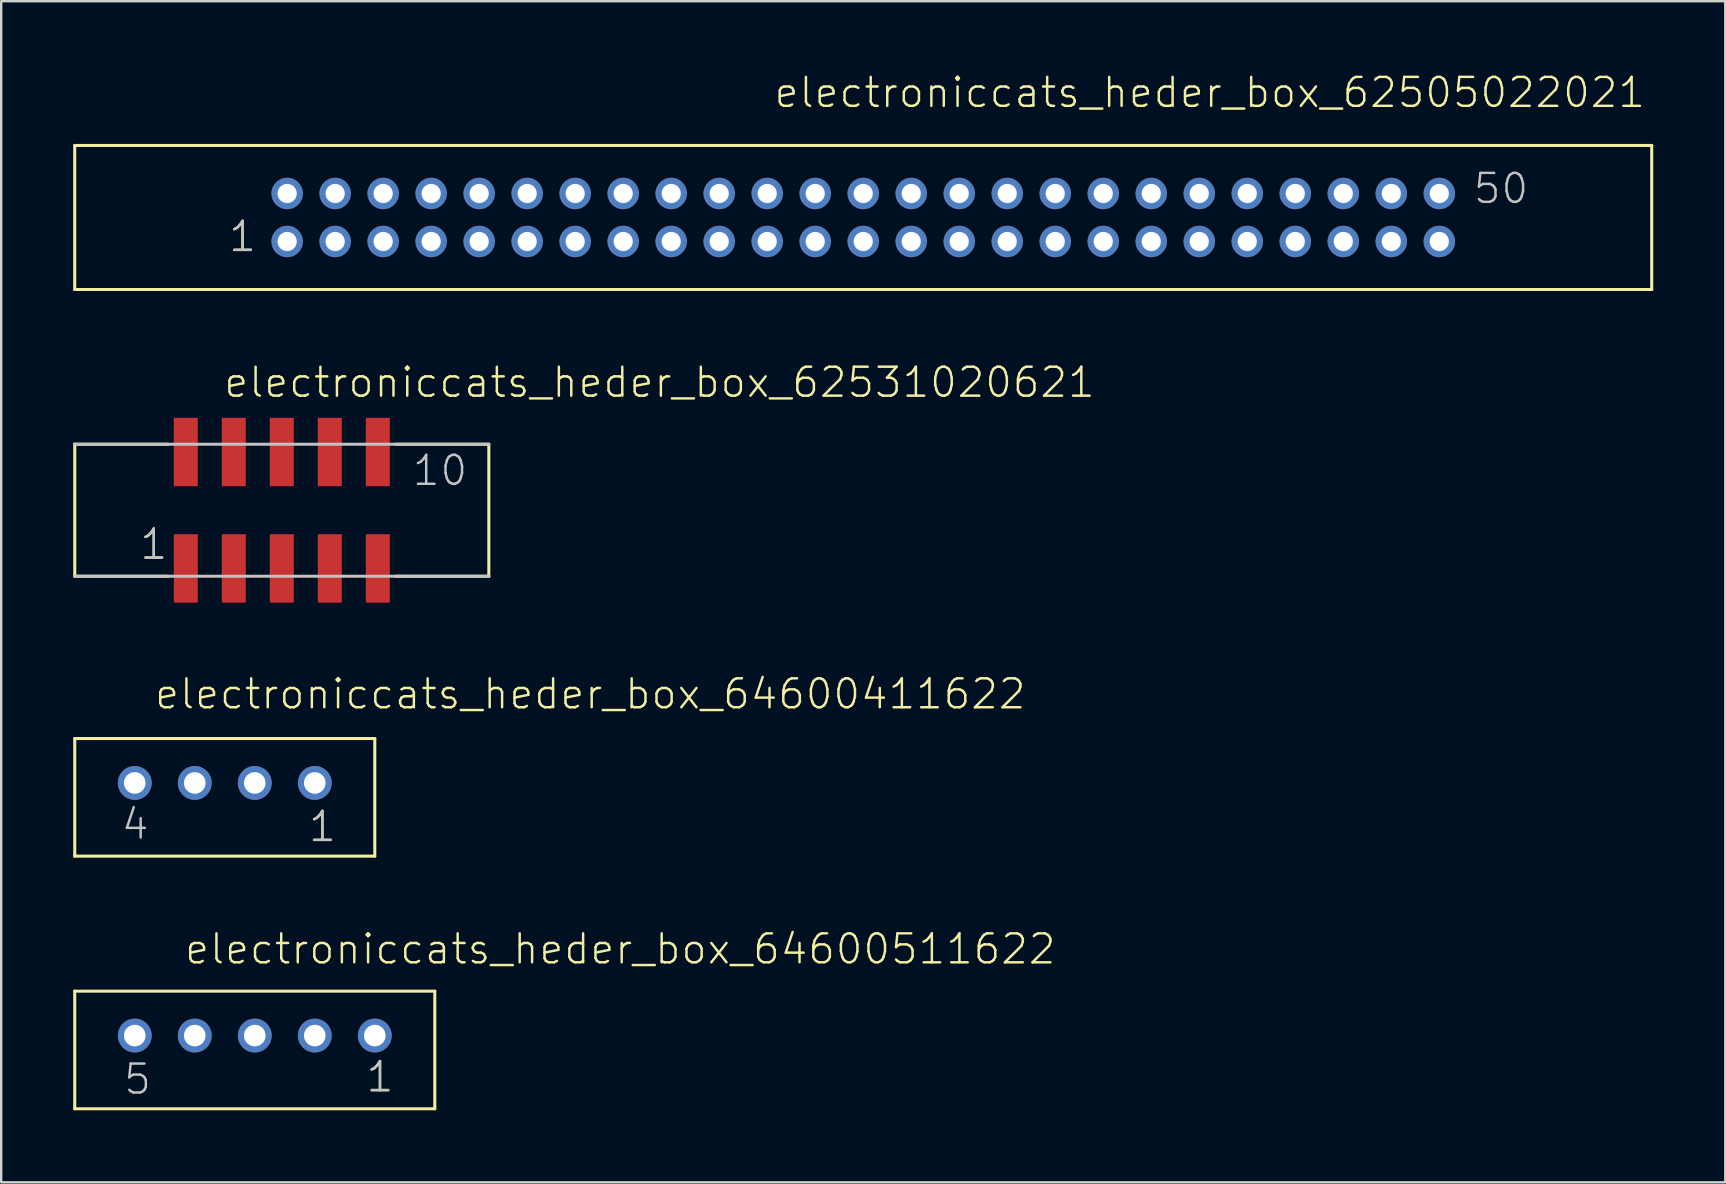
<source format=kicad_pcb>
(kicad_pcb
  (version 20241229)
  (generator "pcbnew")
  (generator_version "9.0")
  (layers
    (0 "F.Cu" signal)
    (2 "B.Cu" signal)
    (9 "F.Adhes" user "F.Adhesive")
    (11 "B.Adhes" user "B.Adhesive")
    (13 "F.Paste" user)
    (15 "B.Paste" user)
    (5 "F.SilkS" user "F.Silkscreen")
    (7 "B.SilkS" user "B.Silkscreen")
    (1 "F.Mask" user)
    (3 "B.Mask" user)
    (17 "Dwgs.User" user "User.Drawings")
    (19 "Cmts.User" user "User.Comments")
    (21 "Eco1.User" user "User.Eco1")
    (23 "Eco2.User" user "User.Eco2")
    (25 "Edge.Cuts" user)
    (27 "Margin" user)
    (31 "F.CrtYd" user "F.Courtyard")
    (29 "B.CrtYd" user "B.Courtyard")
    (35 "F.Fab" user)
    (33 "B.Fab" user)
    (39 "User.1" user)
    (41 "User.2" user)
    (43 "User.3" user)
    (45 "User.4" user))
  (footprint "electroniccats_heder_box_62531020621"
    (layer "F.Cu")
    (at 8.69 18.207)
    (property "Reference" "electroniccats_heder_box_62531020621" (at -2.479 -4.621 0) (layer "F.SilkS") (effects (font (size 1.206 1.206) (thickness 0.102)) (justify left bottom)))
    (attr through_hole)
    (fp_line (start -8.625 -2.75) (end -8.625 -2.747) (stroke (width 0.127) (type solid)) (layer "F.SilkS"))
    (fp_line (start -8.625 -2.747) (end -8.626 -2.743) (stroke (width 0.127) (type solid)) (layer "F.SilkS"))
    (fp_line (start -8.625 -2.747) (end -8.625 2.75) (stroke (width 0.127) (type solid)) (layer "F.SilkS"))
    (fp_line (start -4.731 -2.75) (end -8.625 -2.75) (stroke (width 0.127) (type solid)) (layer "F.SilkS"))
    (fp_line (start -4.731 2.75) (end -8.625 2.75) (stroke (width 0.127) (type solid)) (layer "F.SilkS"))
    (fp_line (start 4.733 2.75) (end 8.625 2.75) (stroke (width 0.127) (type solid)) (layer "F.SilkS"))
    (fp_line (start 4.742 -2.75) (end 8.625 -2.75) (stroke (width 0.127) (type solid)) (layer "F.SilkS"))
    (fp_line (start 8.625 2.75) (end 8.625 -2.75) (stroke (width 0.127) (type solid)) (layer "F.SilkS"))
    (fp_line (start -8.625 2.75) (end 8.625 2.75) (stroke (width 0.127) (type solid)) (layer "Dwgs.User"))
    (fp_line (start 8.625 -2.75) (end -8.625 -2.75) (stroke (width 0.127) (type solid)) (layer "Dwgs.User"))
    (fp_text user "1" (at -5.975 2.125 0) (layer "F.SilkS") (effects (font (size 1.206 1.206) (thickness 0.102)) (justify left bottom)))
    (fp_text user "1" (at -5.975 2.125 0) (layer "Dwgs.User") (effects (font (size 1.206 1.206) (thickness 0.102)) (justify left bottom)))
    (fp_text user "10" (at 5.375 -0.95 0) (layer "Dwgs.User") (effects (font (size 1.206 1.206) (thickness 0.102)) (justify left bottom)))
    (pad "1" smd rect (at -4 2.425 180) (size 1 2.85) (layers "F.Cu" "F.Mask" "F.Paste"))
    (pad "2" smd rect (at -4 -2.425 180) (size 1 2.85) (layers "F.Cu" "F.Mask" "F.Paste"))
    (pad "3" smd rect (at -2 2.425 180) (size 1 2.85) (layers "F.Cu" "F.Mask" "F.Paste"))
    (pad "4" smd rect (at -2 -2.425 180) (size 1 2.85) (layers "F.Cu" "F.Mask" "F.Paste"))
    (pad "5" smd rect (at 0 2.425 180) (size 1 2.85) (layers "F.Cu" "F.Mask" "F.Paste"))
    (pad "6" smd rect (at 0 -2.425 180) (size 1 2.85) (layers "F.Cu" "F.Mask" "F.Paste"))
    (pad "7" smd rect (at 2 2.425 180) (size 1 2.85) (layers "F.Cu" "F.Mask" "F.Paste"))
    (pad "8" smd rect (at 2 -2.425 180) (size 1 2.85) (layers "F.Cu" "F.Mask" "F.Paste"))
    (pad "9" smd rect (at 4 2.425 180) (size 1 2.85) (layers "F.Cu" "F.Mask" "F.Paste"))
    (pad "10" smd rect (at 4 -2.425 180) (size 1 2.85) (layers "F.Cu" "F.Mask" "F.Paste")))
  (footprint "electroniccats_heder_box_62505022021"
    (layer "F.Cu")
    (at 32.913 6.011)
    (property "Reference" "electroniccats_heder_box_62505022021" (at -3.775 -4.5 0) (layer "F.SilkS") (effects (font (size 1.206 1.206) (thickness 0.102)) (justify left bottom)))
    (attr through_hole)
    (fp_line (start -32.85 -3) (end -32.85 3) (stroke (width 0.127) (type solid)) (layer "F.SilkS"))
    (fp_line (start -32.85 3) (end 32.85 3) (stroke (width 0.127) (type solid)) (layer "F.SilkS"))
    (fp_line (start 32.85 -3) (end -32.85 -3) (stroke (width 0.127) (type solid)) (layer "F.SilkS"))
    (fp_line (start 32.85 3) (end 32.85 -3) (stroke (width 0.127) (type solid)) (layer "F.SilkS"))
    (fp_text user "1" (at -26.5 1.5 0) (layer "F.SilkS") (effects (font (size 1.206 1.206) (thickness 0.102)) (justify left bottom)))
    (fp_text user "1" (at -26.5 1.5 0) (layer "Dwgs.User") (effects (font (size 1.206 1.206) (thickness 0.102)) (justify left bottom)))
    (fp_text user "50" (at 25.355 -0.5 0) (layer "Dwgs.User") (effects (font (size 1.206 1.206) (thickness 0.102)) (justify left bottom)))
    (pad "1" thru_hole circle (at -24 1) (size 1.308 1.308) (drill 0.8) (layers "*.Cu" "*.Mask"))
    (pad "2" thru_hole circle (at -24 -1) (size 1.308 1.308) (drill 0.8) (layers "*.Cu" "*.Mask"))
    (pad "3" thru_hole circle (at -22 1) (size 1.308 1.308) (drill 0.8) (layers "*.Cu" "*.Mask"))
    (pad "4" thru_hole circle (at -22 -1) (size 1.308 1.308) (drill 0.8) (layers "*.Cu" "*.Mask"))
    (pad "5" thru_hole circle (at -20 1) (size 1.308 1.308) (drill 0.8) (layers "*.Cu" "*.Mask"))
    (pad "6" thru_hole circle (at -20 -1) (size 1.308 1.308) (drill 0.8) (layers "*.Cu" "*.Mask"))
    (pad "7" thru_hole circle (at -18 1) (size 1.308 1.308) (drill 0.8) (layers "*.Cu" "*.Mask"))
    (pad "8" thru_hole circle (at -18 -1) (size 1.308 1.308) (drill 0.8) (layers "*.Cu" "*.Mask"))
    (pad "9" thru_hole circle (at -16 1) (size 1.308 1.308) (drill 0.8) (layers "*.Cu" "*.Mask"))
    (pad "10" thru_hole circle (at -16 -1) (size 1.308 1.308) (drill 0.8) (layers "*.Cu" "*.Mask"))
    (pad "11" thru_hole circle (at -14 1) (size 1.308 1.308) (drill 0.8) (layers "*.Cu" "*.Mask"))
    (pad "12" thru_hole circle (at -14 -1) (size 1.308 1.308) (drill 0.8) (layers "*.Cu" "*.Mask"))
    (pad "13" thru_hole circle (at -12 1) (size 1.308 1.308) (drill 0.8) (layers "*.Cu" "*.Mask"))
    (pad "14" thru_hole circle (at -12 -1) (size 1.308 1.308) (drill 0.8) (layers "*.Cu" "*.Mask"))
    (pad "15" thru_hole circle (at -10 1) (size 1.308 1.308) (drill 0.8) (layers "*.Cu" "*.Mask"))
    (pad "16" thru_hole circle (at -10 -1) (size 1.308 1.308) (drill 0.8) (layers "*.Cu" "*.Mask"))
    (pad "17" thru_hole circle (at -8 1) (size 1.308 1.308) (drill 0.8) (layers "*.Cu" "*.Mask"))
    (pad "18" thru_hole circle (at -8 -1) (size 1.308 1.308) (drill 0.8) (layers "*.Cu" "*.Mask"))
    (pad "19" thru_hole circle (at -6 1) (size 1.308 1.308) (drill 0.8) (layers "*.Cu" "*.Mask"))
    (pad "20" thru_hole circle (at -6 -1) (size 1.308 1.308) (drill 0.8) (layers "*.Cu" "*.Mask"))
    (pad "21" thru_hole circle (at -4 1) (size 1.308 1.308) (drill 0.8) (layers "*.Cu" "*.Mask"))
    (pad "22" thru_hole circle (at -4 -1) (size 1.308 1.308) (drill 0.8) (layers "*.Cu" "*.Mask"))
    (pad "23" thru_hole circle (at -2 1) (size 1.308 1.308) (drill 0.8) (layers "*.Cu" "*.Mask"))
    (pad "24" thru_hole circle (at -2 -1) (size 1.308 1.308) (drill 0.8) (layers "*.Cu" "*.Mask"))
    (pad "25" thru_hole circle (at 0 1) (size 1.308 1.308) (drill 0.8) (layers "*.Cu" "*.Mask"))
    (pad "26" thru_hole circle (at 0 -1) (size 1.308 1.308) (drill 0.8) (layers "*.Cu" "*.Mask"))
    (pad "27" thru_hole circle (at 2 1) (size 1.308 1.308) (drill 0.8) (layers "*.Cu" "*.Mask"))
    (pad "28" thru_hole circle (at 2 -1) (size 1.308 1.308) (drill 0.8) (layers "*.Cu" "*.Mask"))
    (pad "29" thru_hole circle (at 4 1) (size 1.308 1.308) (drill 0.8) (layers "*.Cu" "*.Mask"))
    (pad "30" thru_hole circle (at 4 -1) (size 1.308 1.308) (drill 0.8) (layers "*.Cu" "*.Mask"))
    (pad "31" thru_hole circle (at 6 1) (size 1.308 1.308) (drill 0.8) (layers "*.Cu" "*.Mask"))
    (pad "32" thru_hole circle (at 6 -1) (size 1.308 1.308) (drill 0.8) (layers "*.Cu" "*.Mask"))
    (pad "33" thru_hole circle (at 8 1) (size 1.308 1.308) (drill 0.8) (layers "*.Cu" "*.Mask"))
    (pad "34" thru_hole circle (at 8 -1) (size 1.308 1.308) (drill 0.8) (layers "*.Cu" "*.Mask"))
    (pad "35" thru_hole circle (at 10 1) (size 1.308 1.308) (drill 0.8) (layers "*.Cu" "*.Mask"))
    (pad "36" thru_hole circle (at 10 -1) (size 1.308 1.308) (drill 0.8) (layers "*.Cu" "*.Mask"))
    (pad "37" thru_hole circle (at 12 1) (size 1.308 1.308) (drill 0.8) (layers "*.Cu" "*.Mask"))
    (pad "38" thru_hole circle (at 12 -1) (size 1.308 1.308) (drill 0.8) (layers "*.Cu" "*.Mask"))
    (pad "39" thru_hole circle (at 14 1) (size 1.308 1.308) (drill 0.8) (layers "*.Cu" "*.Mask"))
    (pad "40" thru_hole circle (at 14 -1) (size 1.308 1.308) (drill 0.8) (layers "*.Cu" "*.Mask"))
    (pad "41" thru_hole circle (at 16 1) (size 1.308 1.308) (drill 0.8) (layers "*.Cu" "*.Mask"))
    (pad "42" thru_hole circle (at 16 -1) (size 1.308 1.308) (drill 0.8) (layers "*.Cu" "*.Mask"))
    (pad "43" thru_hole circle (at 18 1) (size 1.308 1.308) (drill 0.8) (layers "*.Cu" "*.Mask"))
    (pad "44" thru_hole circle (at 18 -1) (size 1.308 1.308) (drill 0.8) (layers "*.Cu" "*.Mask"))
    (pad "45" thru_hole circle (at 20 1) (size 1.308 1.308) (drill 0.8) (layers "*.Cu" "*.Mask"))
    (pad "46" thru_hole circle (at 20 -1) (size 1.308 1.308) (drill 0.8) (layers "*.Cu" "*.Mask"))
    (pad "47" thru_hole circle (at 22 1) (size 1.308 1.308) (drill 0.8) (layers "*.Cu" "*.Mask"))
    (pad "48" thru_hole circle (at 22 -1) (size 1.308 1.308) (drill 0.8) (layers "*.Cu" "*.Mask"))
    (pad "49" thru_hole circle (at 24 1) (size 1.308 1.308) (drill 0.8) (layers "*.Cu" "*.Mask"))
    (pad "50" thru_hole circle (at 24 -1) (size 1.308 1.308) (drill 0.8) (layers "*.Cu" "*.Mask")))
  (footprint "electroniccats_heder_box_64600511622"
    (layer "F.Cu")
    (at 7.564 40.093)
    (property "Reference" "electroniccats_heder_box_64600511622" (at -2.985 -2.9 0) (layer "F.SilkS") (effects (font (size 1.206 1.206) (thickness 0.102)) (justify left bottom)))
    (attr through_hole)
    (fp_line (start -7.5 -1.85) (end 7.5 -1.85) (stroke (width 0.127) (type solid)) (layer "F.SilkS"))
    (fp_line (start -7.5 3.05) (end -7.5 -1.85) (stroke (width 0.127) (type solid)) (layer "F.SilkS"))
    (fp_line (start 7.5 -1.85) (end 7.5 3.05) (stroke (width 0.127) (type solid)) (layer "F.SilkS"))
    (fp_line (start 7.5 3.05) (end -7.5 3.05) (stroke (width 0.127) (type solid)) (layer "F.SilkS"))
    (fp_text user "1" (at 4.575 2.425 0) (layer "F.SilkS") (effects (font (size 1.206 1.206) (thickness 0.102)) (justify left bottom)))
    (fp_text user "5" (at -5.525 2.525 0) (layer "Dwgs.User") (effects (font (size 1.206 1.206) (thickness 0.102)) (justify left bottom)))
    (fp_text user "1" (at 4.575 2.425 0) (layer "Dwgs.User") (effects (font (size 1.206 1.206) (thickness 0.102)) (justify left bottom)))
    (pad "1" thru_hole circle (at 5 0) (size 1.408 1.408) (drill 0.9) (layers "*.Cu" "*.Mask"))
    (pad "2" thru_hole circle (at 2.5 0) (size 1.408 1.408) (drill 0.9) (layers "*.Cu" "*.Mask"))
    (pad "3" thru_hole circle (at 0 0) (size 1.408 1.408) (drill 0.9) (layers "*.Cu" "*.Mask"))
    (pad "4" thru_hole circle (at -2.5 0) (size 1.408 1.408) (drill 0.9) (layers "*.Cu" "*.Mask"))
    (pad "5" thru_hole circle (at -5 0) (size 1.408 1.408) (drill 0.9) (layers "*.Cu" "*.Mask")))
  (footprint "electroniccats_heder_box_64600411622"
    (layer "F.Cu")
    (at 6.314 29.568)
    (property "Reference" "electroniccats_heder_box_64600411622" (at -2.985 -3 0) (layer "F.SilkS") (effects (font (size 1.206 1.206) (thickness 0.102)) (justify left bottom)))
    (attr through_hole)
    (fp_line (start -6.25 -1.85) (end 6.25 -1.85) (stroke (width 0.127) (type solid)) (layer "F.SilkS"))
    (fp_line (start -6.25 3.05) (end -6.25 -1.85) (stroke (width 0.127) (type solid)) (layer "F.SilkS"))
    (fp_line (start 6.25 -1.85) (end 6.25 3.05) (stroke (width 0.127) (type solid)) (layer "F.SilkS"))
    (fp_line (start 6.25 3.05) (end -6.25 3.05) (stroke (width 0.127) (type solid)) (layer "F.SilkS"))
    (fp_text user "1" (at 3.425 2.525 0) (layer "F.SilkS") (effects (font (size 1.206 1.206) (thickness 0.102)) (justify left bottom)))
    (fp_text user "4" (at -4.375 2.425 0) (layer "Dwgs.User") (effects (font (size 1.206 1.206) (thickness 0.102)) (justify left bottom)))
    (fp_text user "1" (at 3.425 2.525 0) (layer "Dwgs.User") (effects (font (size 1.206 1.206) (thickness 0.102)) (justify left bottom)))
    (pad "1" thru_hole circle (at 3.75 0) (size 1.408 1.408) (drill 0.9) (layers "*.Cu" "*.Mask"))
    (pad "2" thru_hole circle (at 1.25 0) (size 1.408 1.408) (drill 0.9) (layers "*.Cu" "*.Mask"))
    (pad "3" thru_hole circle (at -1.25 0) (size 1.408 1.408) (drill 0.9) (layers "*.Cu" "*.Mask"))
    (pad "4" thru_hole circle (at -3.75 0) (size 1.408 1.408) (drill 0.9) (layers "*.Cu" "*.Mask")))
  (gr_rect
    (start -3 -3)
    (end 68.827 46.207)
    (stroke (width 0.1) (type default))
    (fill no)
    (layer "Edge.Cuts")))
</source>
